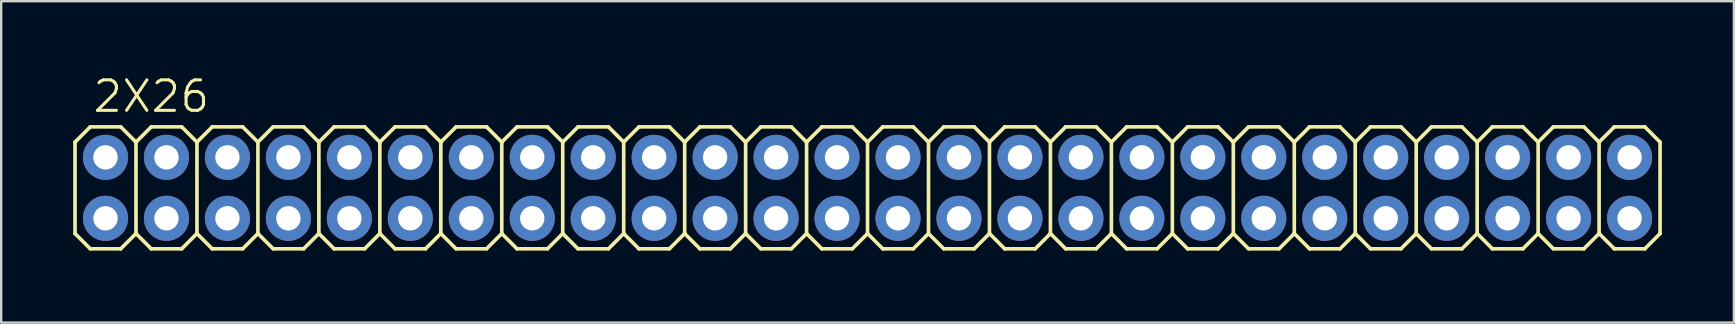
<source format=kicad_pcb>
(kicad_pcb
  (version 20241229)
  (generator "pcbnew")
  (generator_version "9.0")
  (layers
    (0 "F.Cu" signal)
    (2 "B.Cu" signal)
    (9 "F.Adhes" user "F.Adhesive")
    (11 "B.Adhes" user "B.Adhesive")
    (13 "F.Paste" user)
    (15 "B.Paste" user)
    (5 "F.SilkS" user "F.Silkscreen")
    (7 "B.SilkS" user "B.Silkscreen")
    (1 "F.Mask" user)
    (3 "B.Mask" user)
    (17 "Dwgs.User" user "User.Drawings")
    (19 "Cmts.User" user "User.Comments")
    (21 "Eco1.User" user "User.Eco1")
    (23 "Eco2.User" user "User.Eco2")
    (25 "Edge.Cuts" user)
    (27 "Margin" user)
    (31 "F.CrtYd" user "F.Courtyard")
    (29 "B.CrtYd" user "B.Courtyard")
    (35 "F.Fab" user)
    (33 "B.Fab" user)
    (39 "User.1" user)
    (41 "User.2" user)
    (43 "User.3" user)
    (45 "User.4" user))
  (footprint "2X26"
    (layer "F.Cu")
    (at 12.776 4.776)
    (property "Reference" "2X26" (at -9.525 -3.81 0) (layer "F.SilkS") (effects (font (size 1.27 1.27) (thickness 0.127))))
    (attr exclude_from_pos_files exclude_from_bom)
    (fp_line (start -12.7 -1.905) (end -12.065 -2.54) (stroke (width 0.152) (type solid)) (layer "F.SilkS"))
    (fp_line (start -12.7 1.905) (end -12.7 -1.905) (stroke (width 0.152) (type solid)) (layer "F.SilkS"))
    (fp_line (start -12.7 1.905) (end -12.065 2.54) (stroke (width 0.152) (type solid)) (layer "F.SilkS"))
    (fp_line (start -12.065 -2.54) (end -10.795 -2.54) (stroke (width 0.152) (type solid)) (layer "F.SilkS"))
    (fp_line (start -12.065 2.54) (end -10.795 2.54) (stroke (width 0.152) (type solid)) (layer "F.SilkS"))
    (fp_line (start -10.795 -2.54) (end -10.16 -1.905) (stroke (width 0.152) (type solid)) (layer "F.SilkS"))
    (fp_line (start -10.795 2.54) (end -10.16 1.905) (stroke (width 0.152) (type solid)) (layer "F.SilkS"))
    (fp_line (start -10.16 -1.905) (end -10.16 1.905) (stroke (width 0.152) (type solid)) (layer "F.SilkS"))
    (fp_line (start -10.16 -1.905) (end -9.525 -2.54) (stroke (width 0.152) (type solid)) (layer "F.SilkS"))
    (fp_line (start -10.16 1.905) (end -9.525 2.54) (stroke (width 0.152) (type solid)) (layer "F.SilkS"))
    (fp_line (start -9.525 -2.54) (end -8.255 -2.54) (stroke (width 0.152) (type solid)) (layer "F.SilkS"))
    (fp_line (start -9.525 2.54) (end -8.255 2.54) (stroke (width 0.152) (type solid)) (layer "F.SilkS"))
    (fp_line (start -8.255 -2.54) (end -7.62 -1.905) (stroke (width 0.152) (type solid)) (layer "F.SilkS"))
    (fp_line (start -8.255 2.54) (end -7.62 1.905) (stroke (width 0.152) (type solid)) (layer "F.SilkS"))
    (fp_line (start -7.62 -1.905) (end -7.62 1.905) (stroke (width 0.152) (type solid)) (layer "F.SilkS"))
    (fp_line (start -7.62 -1.905) (end -6.985 -2.54) (stroke (width 0.152) (type solid)) (layer "F.SilkS"))
    (fp_line (start -7.62 1.905) (end -6.985 2.54) (stroke (width 0.152) (type solid)) (layer "F.SilkS"))
    (fp_line (start -6.985 -2.54) (end -5.715 -2.54) (stroke (width 0.152) (type solid)) (layer "F.SilkS"))
    (fp_line (start -6.985 2.54) (end -5.715 2.54) (stroke (width 0.152) (type solid)) (layer "F.SilkS"))
    (fp_line (start -5.715 -2.54) (end -5.08 -1.905) (stroke (width 0.152) (type solid)) (layer "F.SilkS"))
    (fp_line (start -5.715 2.54) (end -5.08 1.905) (stroke (width 0.152) (type solid)) (layer "F.SilkS"))
    (fp_line (start -5.08 -1.905) (end -5.08 1.905) (stroke (width 0.152) (type solid)) (layer "F.SilkS"))
    (fp_line (start -5.08 -1.905) (end -4.445 -2.54) (stroke (width 0.152) (type solid)) (layer "F.SilkS"))
    (fp_line (start -5.08 1.905) (end -4.445 2.54) (stroke (width 0.152) (type solid)) (layer "F.SilkS"))
    (fp_line (start -4.445 -2.54) (end -3.175 -2.54) (stroke (width 0.152) (type solid)) (layer "F.SilkS"))
    (fp_line (start -4.445 2.54) (end -3.175 2.54) (stroke (width 0.152) (type solid)) (layer "F.SilkS"))
    (fp_line (start -3.175 -2.54) (end -2.54 -1.905) (stroke (width 0.152) (type solid)) (layer "F.SilkS"))
    (fp_line (start -3.175 2.54) (end -2.54 1.905) (stroke (width 0.152) (type solid)) (layer "F.SilkS"))
    (fp_line (start -2.54 -1.905) (end -2.54 1.905) (stroke (width 0.152) (type solid)) (layer "F.SilkS"))
    (fp_line (start -2.54 -1.905) (end -1.905 -2.54) (stroke (width 0.152) (type solid)) (layer "F.SilkS"))
    (fp_line (start -2.54 1.905) (end -1.905 2.54) (stroke (width 0.152) (type solid)) (layer "F.SilkS"))
    (fp_line (start -1.905 -2.54) (end -0.635 -2.54) (stroke (width 0.152) (type solid)) (layer "F.SilkS"))
    (fp_line (start -1.905 2.54) (end -0.635 2.54) (stroke (width 0.152) (type solid)) (layer "F.SilkS"))
    (fp_line (start -0.635 -2.54) (end 0 -1.905) (stroke (width 0.152) (type solid)) (layer "F.SilkS"))
    (fp_line (start -0.635 2.54) (end 0 1.905) (stroke (width 0.152) (type solid)) (layer "F.SilkS"))
    (fp_line (start 0 -1.905) (end 0 1.905) (stroke (width 0.152) (type solid)) (layer "F.SilkS"))
    (fp_line (start 0 -1.905) (end 0.635 -2.54) (stroke (width 0.152) (type solid)) (layer "F.SilkS"))
    (fp_line (start 0 1.905) (end 0.635 2.54) (stroke (width 0.152) (type solid)) (layer "F.SilkS"))
    (fp_line (start 0.635 -2.54) (end 1.905 -2.54) (stroke (width 0.152) (type solid)) (layer "F.SilkS"))
    (fp_line (start 0.635 2.54) (end 1.905 2.54) (stroke (width 0.152) (type solid)) (layer "F.SilkS"))
    (fp_line (start 1.905 -2.54) (end 2.54 -1.905) (stroke (width 0.152) (type solid)) (layer "F.SilkS"))
    (fp_line (start 1.905 2.54) (end 2.54 1.905) (stroke (width 0.152) (type solid)) (layer "F.SilkS"))
    (fp_line (start 2.54 -1.905) (end 2.54 1.905) (stroke (width 0.152) (type solid)) (layer "F.SilkS"))
    (fp_line (start 2.54 -1.905) (end 3.175 -2.54) (stroke (width 0.152) (type solid)) (layer "F.SilkS"))
    (fp_line (start 2.54 1.905) (end 3.175 2.54) (stroke (width 0.152) (type solid)) (layer "F.SilkS"))
    (fp_line (start 3.175 -2.54) (end 4.445 -2.54) (stroke (width 0.152) (type solid)) (layer "F.SilkS"))
    (fp_line (start 3.175 2.54) (end 4.445 2.54) (stroke (width 0.152) (type solid)) (layer "F.SilkS"))
    (fp_line (start 4.445 -2.54) (end 5.08 -1.905) (stroke (width 0.152) (type solid)) (layer "F.SilkS"))
    (fp_line (start 5.08 -1.905) (end 5.08 1.905) (stroke (width 0.152) (type solid)) (layer "F.SilkS"))
    (fp_line (start 5.08 -1.905) (end 5.715 -2.54) (stroke (width 0.152) (type solid)) (layer "F.SilkS"))
    (fp_line (start 5.08 1.905) (end 4.445 2.54) (stroke (width 0.152) (type solid)) (layer "F.SilkS"))
    (fp_line (start 5.08 1.905) (end 5.715 2.54) (stroke (width 0.152) (type solid)) (layer "F.SilkS"))
    (fp_line (start 5.715 -2.54) (end 6.985 -2.54) (stroke (width 0.152) (type solid)) (layer "F.SilkS"))
    (fp_line (start 5.715 2.54) (end 6.985 2.54) (stroke (width 0.152) (type solid)) (layer "F.SilkS"))
    (fp_line (start 6.985 -2.54) (end 7.62 -1.905) (stroke (width 0.152) (type solid)) (layer "F.SilkS"))
    (fp_line (start 7.62 -1.905) (end 7.62 1.905) (stroke (width 0.152) (type solid)) (layer "F.SilkS"))
    (fp_line (start 7.62 -1.905) (end 8.255 -2.54) (stroke (width 0.152) (type solid)) (layer "F.SilkS"))
    (fp_line (start 7.62 1.905) (end 6.985 2.54) (stroke (width 0.152) (type solid)) (layer "F.SilkS"))
    (fp_line (start 7.62 1.905) (end 8.255 2.54) (stroke (width 0.152) (type solid)) (layer "F.SilkS"))
    (fp_line (start 8.255 -2.54) (end 9.525 -2.54) (stroke (width 0.152) (type solid)) (layer "F.SilkS"))
    (fp_line (start 8.255 2.54) (end 9.525 2.54) (stroke (width 0.152) (type solid)) (layer "F.SilkS"))
    (fp_line (start 9.525 -2.54) (end 10.16 -1.905) (stroke (width 0.152) (type solid)) (layer "F.SilkS"))
    (fp_line (start 10.16 -1.905) (end 10.16 1.905) (stroke (width 0.152) (type solid)) (layer "F.SilkS"))
    (fp_line (start 10.16 -1.905) (end 10.795 -2.54) (stroke (width 0.152) (type solid)) (layer "F.SilkS"))
    (fp_line (start 10.16 1.905) (end 9.525 2.54) (stroke (width 0.152) (type solid)) (layer "F.SilkS"))
    (fp_line (start 10.16 1.905) (end 10.795 2.54) (stroke (width 0.152) (type solid)) (layer "F.SilkS"))
    (fp_line (start 10.795 -2.54) (end 12.065 -2.54) (stroke (width 0.152) (type solid)) (layer "F.SilkS"))
    (fp_line (start 10.795 2.54) (end 12.065 2.54) (stroke (width 0.152) (type solid)) (layer "F.SilkS"))
    (fp_line (start 12.065 -2.54) (end 12.7 -1.905) (stroke (width 0.152) (type solid)) (layer "F.SilkS"))
    (fp_line (start 12.7 -1.905) (end 13.335 -2.54) (stroke (width 0.152) (type solid)) (layer "F.SilkS"))
    (fp_line (start 12.7 1.905) (end 12.065 2.54) (stroke (width 0.152) (type solid)) (layer "F.SilkS"))
    (fp_line (start 12.7 1.905) (end 12.7 -1.905) (stroke (width 0.152) (type solid)) (layer "F.SilkS"))
    (fp_line (start 12.7 1.905) (end 13.335 2.54) (stroke (width 0.152) (type solid)) (layer "F.SilkS"))
    (fp_line (start 13.335 -2.54) (end 14.605 -2.54) (stroke (width 0.152) (type solid)) (layer "F.SilkS"))
    (fp_line (start 13.335 2.54) (end 14.605 2.54) (stroke (width 0.152) (type solid)) (layer "F.SilkS"))
    (fp_line (start 14.605 -2.54) (end 15.24 -1.905) (stroke (width 0.152) (type solid)) (layer "F.SilkS"))
    (fp_line (start 14.605 2.54) (end 15.24 1.905) (stroke (width 0.152) (type solid)) (layer "F.SilkS"))
    (fp_line (start 15.24 -1.905) (end 15.24 1.905) (stroke (width 0.152) (type solid)) (layer "F.SilkS"))
    (fp_line (start 15.24 -1.905) (end 15.875 -2.54) (stroke (width 0.152) (type solid)) (layer "F.SilkS"))
    (fp_line (start 15.24 1.905) (end 15.875 2.54) (stroke (width 0.152) (type solid)) (layer "F.SilkS"))
    (fp_line (start 15.875 -2.54) (end 17.145 -2.54) (stroke (width 0.152) (type solid)) (layer "F.SilkS"))
    (fp_line (start 15.875 2.54) (end 17.145 2.54) (stroke (width 0.152) (type solid)) (layer "F.SilkS"))
    (fp_line (start 17.145 -2.54) (end 17.78 -1.905) (stroke (width 0.152) (type solid)) (layer "F.SilkS"))
    (fp_line (start 17.145 2.54) (end 17.78 1.905) (stroke (width 0.152) (type solid)) (layer "F.SilkS"))
    (fp_line (start 17.78 -1.905) (end 17.78 1.905) (stroke (width 0.152) (type solid)) (layer "F.SilkS"))
    (fp_line (start 17.78 -1.905) (end 18.415 -2.54) (stroke (width 0.152) (type solid)) (layer "F.SilkS"))
    (fp_line (start 17.78 1.905) (end 18.415 2.54) (stroke (width 0.152) (type solid)) (layer "F.SilkS"))
    (fp_line (start 18.415 -2.54) (end 19.685 -2.54) (stroke (width 0.152) (type solid)) (layer "F.SilkS"))
    (fp_line (start 18.415 2.54) (end 19.685 2.54) (stroke (width 0.152) (type solid)) (layer "F.SilkS"))
    (fp_line (start 19.685 -2.54) (end 20.32 -1.905) (stroke (width 0.152) (type solid)) (layer "F.SilkS"))
    (fp_line (start 19.685 2.54) (end 20.32 1.905) (stroke (width 0.152) (type solid)) (layer "F.SilkS"))
    (fp_line (start 20.32 -1.905) (end 20.32 1.905) (stroke (width 0.152) (type solid)) (layer "F.SilkS"))
    (fp_line (start 20.32 -1.905) (end 20.955 -2.54) (stroke (width 0.152) (type solid)) (layer "F.SilkS"))
    (fp_line (start 20.32 1.905) (end 20.955 2.54) (stroke (width 0.152) (type solid)) (layer "F.SilkS"))
    (fp_line (start 20.955 -2.54) (end 22.225 -2.54) (stroke (width 0.152) (type solid)) (layer "F.SilkS"))
    (fp_line (start 20.955 2.54) (end 22.225 2.54) (stroke (width 0.152) (type solid)) (layer "F.SilkS"))
    (fp_line (start 22.225 -2.54) (end 22.86 -1.905) (stroke (width 0.152) (type solid)) (layer "F.SilkS"))
    (fp_line (start 22.225 2.54) (end 22.86 1.905) (stroke (width 0.152) (type solid)) (layer "F.SilkS"))
    (fp_line (start 22.86 -1.905) (end 22.86 1.905) (stroke (width 0.152) (type solid)) (layer "F.SilkS"))
    (fp_line (start 22.86 -1.905) (end 23.495 -2.54) (stroke (width 0.152) (type solid)) (layer "F.SilkS"))
    (fp_line (start 22.86 1.905) (end 23.495 2.54) (stroke (width 0.152) (type solid)) (layer "F.SilkS"))
    (fp_line (start 23.495 -2.54) (end 24.765 -2.54) (stroke (width 0.152) (type solid)) (layer "F.SilkS"))
    (fp_line (start 23.495 2.54) (end 24.765 2.54) (stroke (width 0.152) (type solid)) (layer "F.SilkS"))
    (fp_line (start 24.765 -2.54) (end 25.4 -1.905) (stroke (width 0.152) (type solid)) (layer "F.SilkS"))
    (fp_line (start 24.765 2.54) (end 25.4 1.905) (stroke (width 0.152) (type solid)) (layer "F.SilkS"))
    (fp_line (start 25.4 -1.905) (end 25.4 1.905) (stroke (width 0.152) (type solid)) (layer "F.SilkS"))
    (fp_line (start 25.4 -1.905) (end 26.035 -2.54) (stroke (width 0.152) (type solid)) (layer "F.SilkS"))
    (fp_line (start 25.4 1.905) (end 26.035 2.54) (stroke (width 0.152) (type solid)) (layer "F.SilkS"))
    (fp_line (start 26.035 -2.54) (end 27.305 -2.54) (stroke (width 0.152) (type solid)) (layer "F.SilkS"))
    (fp_line (start 26.035 2.54) (end 27.305 2.54) (stroke (width 0.152) (type solid)) (layer "F.SilkS"))
    (fp_line (start 27.305 -2.54) (end 27.94 -1.905) (stroke (width 0.152) (type solid)) (layer "F.SilkS"))
    (fp_line (start 27.305 2.54) (end 27.94 1.905) (stroke (width 0.152) (type solid)) (layer "F.SilkS"))
    (fp_line (start 27.94 -1.905) (end 27.94 1.905) (stroke (width 0.152) (type solid)) (layer "F.SilkS"))
    (fp_line (start 27.94 -1.905) (end 28.575 -2.54) (stroke (width 0.152) (type solid)) (layer "F.SilkS"))
    (fp_line (start 27.94 1.905) (end 28.575 2.54) (stroke (width 0.152) (type solid)) (layer "F.SilkS"))
    (fp_line (start 28.575 -2.54) (end 29.845 -2.54) (stroke (width 0.152) (type solid)) (layer "F.SilkS"))
    (fp_line (start 28.575 2.54) (end 29.845 2.54) (stroke (width 0.152) (type solid)) (layer "F.SilkS"))
    (fp_line (start 29.845 -2.54) (end 30.48 -1.905) (stroke (width 0.152) (type solid)) (layer "F.SilkS"))
    (fp_line (start 30.48 -1.905) (end 30.48 1.905) (stroke (width 0.152) (type solid)) (layer "F.SilkS"))
    (fp_line (start 30.48 -1.905) (end 31.115 -2.54) (stroke (width 0.152) (type solid)) (layer "F.SilkS"))
    (fp_line (start 30.48 1.905) (end 29.845 2.54) (stroke (width 0.152) (type solid)) (layer "F.SilkS"))
    (fp_line (start 30.48 1.905) (end 31.115 2.54) (stroke (width 0.152) (type solid)) (layer "F.SilkS"))
    (fp_line (start 31.115 -2.54) (end 32.385 -2.54) (stroke (width 0.152) (type solid)) (layer "F.SilkS"))
    (fp_line (start 31.115 2.54) (end 32.385 2.54) (stroke (width 0.152) (type solid)) (layer "F.SilkS"))
    (fp_line (start 32.385 -2.54) (end 33.02 -1.905) (stroke (width 0.152) (type solid)) (layer "F.SilkS"))
    (fp_line (start 33.02 -1.905) (end 33.02 1.905) (stroke (width 0.152) (type solid)) (layer "F.SilkS"))
    (fp_line (start 33.02 -1.905) (end 33.655 -2.54) (stroke (width 0.152) (type solid)) (layer "F.SilkS"))
    (fp_line (start 33.02 1.905) (end 32.385 2.54) (stroke (width 0.152) (type solid)) (layer "F.SilkS"))
    (fp_line (start 33.02 1.905) (end 33.655 2.54) (stroke (width 0.152) (type solid)) (layer "F.SilkS"))
    (fp_line (start 33.655 -2.54) (end 34.925 -2.54) (stroke (width 0.152) (type solid)) (layer "F.SilkS"))
    (fp_line (start 33.655 2.54) (end 34.925 2.54) (stroke (width 0.152) (type solid)) (layer "F.SilkS"))
    (fp_line (start 34.925 -2.54) (end 35.56 -1.905) (stroke (width 0.152) (type solid)) (layer "F.SilkS"))
    (fp_line (start 35.56 -1.905) (end 35.56 1.905) (stroke (width 0.152) (type solid)) (layer "F.SilkS"))
    (fp_line (start 35.56 -1.905) (end 36.195 -2.54) (stroke (width 0.152) (type solid)) (layer "F.SilkS"))
    (fp_line (start 35.56 1.905) (end 34.925 2.54) (stroke (width 0.152) (type solid)) (layer "F.SilkS"))
    (fp_line (start 35.56 1.905) (end 36.195 2.54) (stroke (width 0.152) (type solid)) (layer "F.SilkS"))
    (fp_line (start 36.195 -2.54) (end 37.465 -2.54) (stroke (width 0.152) (type solid)) (layer "F.SilkS"))
    (fp_line (start 36.195 2.54) (end 37.465 2.54) (stroke (width 0.152) (type solid)) (layer "F.SilkS"))
    (fp_line (start 37.465 -2.54) (end 38.1 -1.905) (stroke (width 0.152) (type solid)) (layer "F.SilkS"))
    (fp_line (start 37.465 2.54) (end 38.1 1.905) (stroke (width 0.152) (type solid)) (layer "F.SilkS"))
    (fp_line (start 38.1 -1.905) (end 38.1 1.905) (stroke (width 0.152) (type solid)) (layer "F.SilkS"))
    (fp_line (start 38.1 -1.905) (end 38.735 -2.54) (stroke (width 0.152) (type solid)) (layer "F.SilkS"))
    (fp_line (start 38.1 1.905) (end 38.735 2.54) (stroke (width 0.152) (type solid)) (layer "F.SilkS"))
    (fp_line (start 38.735 -2.54) (end 40.005 -2.54) (stroke (width 0.152) (type solid)) (layer "F.SilkS"))
    (fp_line (start 38.735 2.54) (end 40.005 2.54) (stroke (width 0.152) (type solid)) (layer "F.SilkS"))
    (fp_line (start 40.005 -2.54) (end 40.64 -1.905) (stroke (width 0.152) (type solid)) (layer "F.SilkS"))
    (fp_line (start 40.005 2.54) (end 40.64 1.905) (stroke (width 0.152) (type solid)) (layer "F.SilkS"))
    (fp_line (start 40.64 -1.905) (end 40.64 1.905) (stroke (width 0.152) (type solid)) (layer "F.SilkS"))
    (fp_line (start 40.64 -1.905) (end 41.275 -2.54) (stroke (width 0.152) (type solid)) (layer "F.SilkS"))
    (fp_line (start 40.64 1.905) (end 41.275 2.54) (stroke (width 0.152) (type solid)) (layer "F.SilkS"))
    (fp_line (start 41.275 -2.54) (end 42.545 -2.54) (stroke (width 0.152) (type solid)) (layer "F.SilkS"))
    (fp_line (start 41.275 2.54) (end 42.545 2.54) (stroke (width 0.152) (type solid)) (layer "F.SilkS"))
    (fp_line (start 42.545 -2.54) (end 43.18 -1.905) (stroke (width 0.152) (type solid)) (layer "F.SilkS"))
    (fp_line (start 42.545 2.54) (end 43.18 1.905) (stroke (width 0.152) (type solid)) (layer "F.SilkS"))
    (fp_line (start 43.18 -1.905) (end 43.18 1.905) (stroke (width 0.152) (type solid)) (layer "F.SilkS"))
    (fp_line (start 43.18 -1.905) (end 43.815 -2.54) (stroke (width 0.152) (type solid)) (layer "F.SilkS"))
    (fp_line (start 43.18 1.905) (end 43.815 2.54) (stroke (width 0.152) (type solid)) (layer "F.SilkS"))
    (fp_line (start 43.815 -2.54) (end 45.085 -2.54) (stroke (width 0.152) (type solid)) (layer "F.SilkS"))
    (fp_line (start 43.815 2.54) (end 45.085 2.54) (stroke (width 0.152) (type solid)) (layer "F.SilkS"))
    (fp_line (start 45.085 -2.54) (end 45.72 -1.905) (stroke (width 0.152) (type solid)) (layer "F.SilkS"))
    (fp_line (start 45.72 -1.905) (end 45.72 1.905) (stroke (width 0.152) (type solid)) (layer "F.SilkS"))
    (fp_line (start 45.72 -1.905) (end 46.355 -2.54) (stroke (width 0.152) (type solid)) (layer "F.SilkS"))
    (fp_line (start 45.72 1.905) (end 45.085 2.54) (stroke (width 0.152) (type solid)) (layer "F.SilkS"))
    (fp_line (start 45.72 1.905) (end 46.355 2.54) (stroke (width 0.152) (type solid)) (layer "F.SilkS"))
    (fp_line (start 46.355 -2.54) (end 47.625 -2.54) (stroke (width 0.152) (type solid)) (layer "F.SilkS"))
    (fp_line (start 46.355 2.54) (end 47.625 2.54) (stroke (width 0.152) (type solid)) (layer "F.SilkS"))
    (fp_line (start 47.625 -2.54) (end 48.26 -1.905) (stroke (width 0.152) (type solid)) (layer "F.SilkS"))
    (fp_line (start 48.26 -1.905) (end 48.26 1.905) (stroke (width 0.152) (type solid)) (layer "F.SilkS"))
    (fp_line (start 48.26 -1.905) (end 48.895 -2.54) (stroke (width 0.152) (type solid)) (layer "F.SilkS"))
    (fp_line (start 48.26 1.905) (end 47.625 2.54) (stroke (width 0.152) (type solid)) (layer "F.SilkS"))
    (fp_line (start 48.26 1.905) (end 48.895 2.54) (stroke (width 0.152) (type solid)) (layer "F.SilkS"))
    (fp_line (start 48.895 -2.54) (end 50.165 -2.54) (stroke (width 0.152) (type solid)) (layer "F.SilkS"))
    (fp_line (start 48.895 2.54) (end 50.165 2.54) (stroke (width 0.152) (type solid)) (layer "F.SilkS"))
    (fp_line (start 50.165 -2.54) (end 50.8 -1.905) (stroke (width 0.152) (type solid)) (layer "F.SilkS"))
    (fp_line (start 50.8 -1.905) (end 50.8 1.905) (stroke (width 0.152) (type solid)) (layer "F.SilkS"))
    (fp_line (start 50.8 -1.905) (end 51.435 -2.54) (stroke (width 0.152) (type solid)) (layer "F.SilkS"))
    (fp_line (start 50.8 1.905) (end 50.165 2.54) (stroke (width 0.152) (type solid)) (layer "F.SilkS"))
    (fp_line (start 50.8 1.905) (end 51.435 2.54) (stroke (width 0.152) (type solid)) (layer "F.SilkS"))
    (fp_line (start 51.435 -2.54) (end 52.705 -2.54) (stroke (width 0.152) (type solid)) (layer "F.SilkS"))
    (fp_line (start 51.435 2.54) (end 52.705 2.54) (stroke (width 0.152) (type solid)) (layer "F.SilkS"))
    (fp_line (start 52.705 -2.54) (end 53.34 -1.905) (stroke (width 0.152) (type solid)) (layer "F.SilkS"))
    (fp_line (start 53.34 -1.905) (end 53.34 1.905) (stroke (width 0.152) (type solid)) (layer "F.SilkS"))
    (fp_line (start 53.34 1.905) (end 52.705 2.54) (stroke (width 0.152) (type solid)) (layer "F.SilkS"))
    (fp_line (start -11.684 -1.524) (end -11.176 -1.524) (stroke (width 0.066) (type solid)) (layer "Dwgs.User"))
    (fp_line (start -11.684 -1.016) (end -11.684 -1.524) (stroke (width 0.066) (type solid)) (layer "Dwgs.User"))
    (fp_line (start -11.684 -1.016) (end -11.176 -1.016) (stroke (width 0.066) (type solid)) (layer "Dwgs.User"))
    (fp_line (start -11.684 1.016) (end -11.176 1.016) (stroke (width 0.066) (type solid)) (layer "Dwgs.User"))
    (fp_line (start -11.684 1.524) (end -11.684 1.016) (stroke (width 0.066) (type solid)) (layer "Dwgs.User"))
    (fp_line (start -11.684 1.524) (end -11.176 1.524) (stroke (width 0.066) (type solid)) (layer "Dwgs.User"))
    (fp_line (start -11.176 -1.016) (end -11.176 -1.524) (stroke (width 0.066) (type solid)) (layer "Dwgs.User"))
    (fp_line (start -11.176 1.524) (end -11.176 1.016) (stroke (width 0.066) (type solid)) (layer "Dwgs.User"))
    (fp_line (start -9.144 -1.524) (end -8.636 -1.524) (stroke (width 0.066) (type solid)) (layer "Dwgs.User"))
    (fp_line (start -9.144 -1.016) (end -9.144 -1.524) (stroke (width 0.066) (type solid)) (layer "Dwgs.User"))
    (fp_line (start -9.144 -1.016) (end -8.636 -1.016) (stroke (width 0.066) (type solid)) (layer "Dwgs.User"))
    (fp_line (start -9.144 1.016) (end -8.636 1.016) (stroke (width 0.066) (type solid)) (layer "Dwgs.User"))
    (fp_line (start -9.144 1.524) (end -9.144 1.016) (stroke (width 0.066) (type solid)) (layer "Dwgs.User"))
    (fp_line (start -9.144 1.524) (end -8.636 1.524) (stroke (width 0.066) (type solid)) (layer "Dwgs.User"))
    (fp_line (start -8.636 -1.016) (end -8.636 -1.524) (stroke (width 0.066) (type solid)) (layer "Dwgs.User"))
    (fp_line (start -8.636 1.524) (end -8.636 1.016) (stroke (width 0.066) (type solid)) (layer "Dwgs.User"))
    (fp_line (start -6.604 -1.524) (end -6.096 -1.524) (stroke (width 0.066) (type solid)) (layer "Dwgs.User"))
    (fp_line (start -6.604 -1.016) (end -6.604 -1.524) (stroke (width 0.066) (type solid)) (layer "Dwgs.User"))
    (fp_line (start -6.604 -1.016) (end -6.096 -1.016) (stroke (width 0.066) (type solid)) (layer "Dwgs.User"))
    (fp_line (start -6.604 1.016) (end -6.096 1.016) (stroke (width 0.066) (type solid)) (layer "Dwgs.User"))
    (fp_line (start -6.604 1.524) (end -6.604 1.016) (stroke (width 0.066) (type solid)) (layer "Dwgs.User"))
    (fp_line (start -6.604 1.524) (end -6.096 1.524) (stroke (width 0.066) (type solid)) (layer "Dwgs.User"))
    (fp_line (start -6.096 -1.016) (end -6.096 -1.524) (stroke (width 0.066) (type solid)) (layer "Dwgs.User"))
    (fp_line (start -6.096 1.524) (end -6.096 1.016) (stroke (width 0.066) (type solid)) (layer "Dwgs.User"))
    (fp_line (start -4.064 -1.524) (end -3.556 -1.524) (stroke (width 0.066) (type solid)) (layer "Dwgs.User"))
    (fp_line (start -4.064 -1.016) (end -4.064 -1.524) (stroke (width 0.066) (type solid)) (layer "Dwgs.User"))
    (fp_line (start -4.064 -1.016) (end -3.556 -1.016) (stroke (width 0.066) (type solid)) (layer "Dwgs.User"))
    (fp_line (start -4.064 1.016) (end -3.556 1.016) (stroke (width 0.066) (type solid)) (layer "Dwgs.User"))
    (fp_line (start -4.064 1.524) (end -4.064 1.016) (stroke (width 0.066) (type solid)) (layer "Dwgs.User"))
    (fp_line (start -4.064 1.524) (end -3.556 1.524) (stroke (width 0.066) (type solid)) (layer "Dwgs.User"))
    (fp_line (start -3.556 -1.016) (end -3.556 -1.524) (stroke (width 0.066) (type solid)) (layer "Dwgs.User"))
    (fp_line (start -3.556 1.524) (end -3.556 1.016) (stroke (width 0.066) (type solid)) (layer "Dwgs.User"))
    (fp_line (start -1.524 -1.524) (end -1.016 -1.524) (stroke (width 0.066) (type solid)) (layer "Dwgs.User"))
    (fp_line (start -1.524 -1.016) (end -1.524 -1.524) (stroke (width 0.066) (type solid)) (layer "Dwgs.User"))
    (fp_line (start -1.524 -1.016) (end -1.016 -1.016) (stroke (width 0.066) (type solid)) (layer "Dwgs.User"))
    (fp_line (start -1.524 1.016) (end -1.016 1.016) (stroke (width 0.066) (type solid)) (layer "Dwgs.User"))
    (fp_line (start -1.524 1.524) (end -1.524 1.016) (stroke (width 0.066) (type solid)) (layer "Dwgs.User"))
    (fp_line (start -1.524 1.524) (end -1.016 1.524) (stroke (width 0.066) (type solid)) (layer "Dwgs.User"))
    (fp_line (start -1.016 -1.016) (end -1.016 -1.524) (stroke (width 0.066) (type solid)) (layer "Dwgs.User"))
    (fp_line (start -1.016 1.524) (end -1.016 1.016) (stroke (width 0.066) (type solid)) (layer "Dwgs.User"))
    (fp_line (start 1.016 -1.524) (end 1.524 -1.524) (stroke (width 0.066) (type solid)) (layer "Dwgs.User"))
    (fp_line (start 1.016 -1.016) (end 1.016 -1.524) (stroke (width 0.066) (type solid)) (layer "Dwgs.User"))
    (fp_line (start 1.016 -1.016) (end 1.524 -1.016) (stroke (width 0.066) (type solid)) (layer "Dwgs.User"))
    (fp_line (start 1.016 1.016) (end 1.524 1.016) (stroke (width 0.066) (type solid)) (layer "Dwgs.User"))
    (fp_line (start 1.016 1.524) (end 1.016 1.016) (stroke (width 0.066) (type solid)) (layer "Dwgs.User"))
    (fp_line (start 1.016 1.524) (end 1.524 1.524) (stroke (width 0.066) (type solid)) (layer "Dwgs.User"))
    (fp_line (start 1.524 -1.016) (end 1.524 -1.524) (stroke (width 0.066) (type solid)) (layer "Dwgs.User"))
    (fp_line (start 1.524 1.524) (end 1.524 1.016) (stroke (width 0.066) (type solid)) (layer "Dwgs.User"))
    (fp_line (start 3.556 -1.524) (end 4.064 -1.524) (stroke (width 0.066) (type solid)) (layer "Dwgs.User"))
    (fp_line (start 3.556 -1.016) (end 3.556 -1.524) (stroke (width 0.066) (type solid)) (layer "Dwgs.User"))
    (fp_line (start 3.556 -1.016) (end 4.064 -1.016) (stroke (width 0.066) (type solid)) (layer "Dwgs.User"))
    (fp_line (start 3.556 1.016) (end 4.064 1.016) (stroke (width 0.066) (type solid)) (layer "Dwgs.User"))
    (fp_line (start 3.556 1.524) (end 3.556 1.016) (stroke (width 0.066) (type solid)) (layer "Dwgs.User"))
    (fp_line (start 3.556 1.524) (end 4.064 1.524) (stroke (width 0.066) (type solid)) (layer "Dwgs.User"))
    (fp_line (start 4.064 -1.016) (end 4.064 -1.524) (stroke (width 0.066) (type solid)) (layer "Dwgs.User"))
    (fp_line (start 4.064 1.524) (end 4.064 1.016) (stroke (width 0.066) (type solid)) (layer "Dwgs.User"))
    (fp_line (start 6.096 -1.524) (end 6.604 -1.524) (stroke (width 0.066) (type solid)) (layer "Dwgs.User"))
    (fp_line (start 6.096 -1.016) (end 6.096 -1.524) (stroke (width 0.066) (type solid)) (layer "Dwgs.User"))
    (fp_line (start 6.096 -1.016) (end 6.604 -1.016) (stroke (width 0.066) (type solid)) (layer "Dwgs.User"))
    (fp_line (start 6.096 1.016) (end 6.604 1.016) (stroke (width 0.066) (type solid)) (layer "Dwgs.User"))
    (fp_line (start 6.096 1.524) (end 6.096 1.016) (stroke (width 0.066) (type solid)) (layer "Dwgs.User"))
    (fp_line (start 6.096 1.524) (end 6.604 1.524) (stroke (width 0.066) (type solid)) (layer "Dwgs.User"))
    (fp_line (start 6.604 -1.016) (end 6.604 -1.524) (stroke (width 0.066) (type solid)) (layer "Dwgs.User"))
    (fp_line (start 6.604 1.524) (end 6.604 1.016) (stroke (width 0.066) (type solid)) (layer "Dwgs.User"))
    (fp_line (start 8.636 -1.524) (end 9.144 -1.524) (stroke (width 0.066) (type solid)) (layer "Dwgs.User"))
    (fp_line (start 8.636 -1.016) (end 8.636 -1.524) (stroke (width 0.066) (type solid)) (layer "Dwgs.User"))
    (fp_line (start 8.636 -1.016) (end 9.144 -1.016) (stroke (width 0.066) (type solid)) (layer "Dwgs.User"))
    (fp_line (start 8.636 1.016) (end 9.144 1.016) (stroke (width 0.066) (type solid)) (layer "Dwgs.User"))
    (fp_line (start 8.636 1.524) (end 8.636 1.016) (stroke (width 0.066) (type solid)) (layer "Dwgs.User"))
    (fp_line (start 8.636 1.524) (end 9.144 1.524) (stroke (width 0.066) (type solid)) (layer "Dwgs.User"))
    (fp_line (start 9.144 -1.016) (end 9.144 -1.524) (stroke (width 0.066) (type solid)) (layer "Dwgs.User"))
    (fp_line (start 9.144 1.524) (end 9.144 1.016) (stroke (width 0.066) (type solid)) (layer "Dwgs.User"))
    (fp_line (start 11.176 -1.524) (end 11.684 -1.524) (stroke (width 0.066) (type solid)) (layer "Dwgs.User"))
    (fp_line (start 11.176 -1.016) (end 11.176 -1.524) (stroke (width 0.066) (type solid)) (layer "Dwgs.User"))
    (fp_line (start 11.176 -1.016) (end 11.684 -1.016) (stroke (width 0.066) (type solid)) (layer "Dwgs.User"))
    (fp_line (start 11.176 1.016) (end 11.684 1.016) (stroke (width 0.066) (type solid)) (layer "Dwgs.User"))
    (fp_line (start 11.176 1.524) (end 11.176 1.016) (stroke (width 0.066) (type solid)) (layer "Dwgs.User"))
    (fp_line (start 11.176 1.524) (end 11.684 1.524) (stroke (width 0.066) (type solid)) (layer "Dwgs.User"))
    (fp_line (start 11.684 -1.016) (end 11.684 -1.524) (stroke (width 0.066) (type solid)) (layer "Dwgs.User"))
    (fp_line (start 11.684 1.524) (end 11.684 1.016) (stroke (width 0.066) (type solid)) (layer "Dwgs.User"))
    (fp_line (start 13.716 -1.524) (end 14.224 -1.524) (stroke (width 0.066) (type solid)) (layer "Dwgs.User"))
    (fp_line (start 13.716 -1.016) (end 13.716 -1.524) (stroke (width 0.066) (type solid)) (layer "Dwgs.User"))
    (fp_line (start 13.716 -1.016) (end 14.224 -1.016) (stroke (width 0.066) (type solid)) (layer "Dwgs.User"))
    (fp_line (start 13.716 1.016) (end 14.224 1.016) (stroke (width 0.066) (type solid)) (layer "Dwgs.User"))
    (fp_line (start 13.716 1.524) (end 13.716 1.016) (stroke (width 0.066) (type solid)) (layer "Dwgs.User"))
    (fp_line (start 13.716 1.524) (end 14.224 1.524) (stroke (width 0.066) (type solid)) (layer "Dwgs.User"))
    (fp_line (start 14.224 -1.016) (end 14.224 -1.524) (stroke (width 0.066) (type solid)) (layer "Dwgs.User"))
    (fp_line (start 14.224 1.524) (end 14.224 1.016) (stroke (width 0.066) (type solid)) (layer "Dwgs.User"))
    (fp_line (start 16.256 -1.524) (end 16.764 -1.524) (stroke (width 0.066) (type solid)) (layer "Dwgs.User"))
    (fp_line (start 16.256 -1.016) (end 16.256 -1.524) (stroke (width 0.066) (type solid)) (layer "Dwgs.User"))
    (fp_line (start 16.256 -1.016) (end 16.764 -1.016) (stroke (width 0.066) (type solid)) (layer "Dwgs.User"))
    (fp_line (start 16.256 1.016) (end 16.764 1.016) (stroke (width 0.066) (type solid)) (layer "Dwgs.User"))
    (fp_line (start 16.256 1.524) (end 16.256 1.016) (stroke (width 0.066) (type solid)) (layer "Dwgs.User"))
    (fp_line (start 16.256 1.524) (end 16.764 1.524) (stroke (width 0.066) (type solid)) (layer "Dwgs.User"))
    (fp_line (start 16.764 -1.016) (end 16.764 -1.524) (stroke (width 0.066) (type solid)) (layer "Dwgs.User"))
    (fp_line (start 16.764 1.524) (end 16.764 1.016) (stroke (width 0.066) (type solid)) (layer "Dwgs.User"))
    (fp_line (start 18.796 -1.524) (end 19.304 -1.524) (stroke (width 0.066) (type solid)) (layer "Dwgs.User"))
    (fp_line (start 18.796 -1.016) (end 18.796 -1.524) (stroke (width 0.066) (type solid)) (layer "Dwgs.User"))
    (fp_line (start 18.796 -1.016) (end 19.304 -1.016) (stroke (width 0.066) (type solid)) (layer "Dwgs.User"))
    (fp_line (start 18.796 1.016) (end 19.304 1.016) (stroke (width 0.066) (type solid)) (layer "Dwgs.User"))
    (fp_line (start 18.796 1.524) (end 18.796 1.016) (stroke (width 0.066) (type solid)) (layer "Dwgs.User"))
    (fp_line (start 18.796 1.524) (end 19.304 1.524) (stroke (width 0.066) (type solid)) (layer "Dwgs.User"))
    (fp_line (start 19.304 -1.016) (end 19.304 -1.524) (stroke (width 0.066) (type solid)) (layer "Dwgs.User"))
    (fp_line (start 19.304 1.524) (end 19.304 1.016) (stroke (width 0.066) (type solid)) (layer "Dwgs.User"))
    (fp_line (start 21.336 -1.524) (end 21.844 -1.524) (stroke (width 0.066) (type solid)) (layer "Dwgs.User"))
    (fp_line (start 21.336 -1.016) (end 21.336 -1.524) (stroke (width 0.066) (type solid)) (layer "Dwgs.User"))
    (fp_line (start 21.336 -1.016) (end 21.844 -1.016) (stroke (width 0.066) (type solid)) (layer "Dwgs.User"))
    (fp_line (start 21.336 1.016) (end 21.844 1.016) (stroke (width 0.066) (type solid)) (layer "Dwgs.User"))
    (fp_line (start 21.336 1.524) (end 21.336 1.016) (stroke (width 0.066) (type solid)) (layer "Dwgs.User"))
    (fp_line (start 21.336 1.524) (end 21.844 1.524) (stroke (width 0.066) (type solid)) (layer "Dwgs.User"))
    (fp_line (start 21.844 -1.016) (end 21.844 -1.524) (stroke (width 0.066) (type solid)) (layer "Dwgs.User"))
    (fp_line (start 21.844 1.524) (end 21.844 1.016) (stroke (width 0.066) (type solid)) (layer "Dwgs.User"))
    (fp_line (start 23.876 -1.524) (end 24.384 -1.524) (stroke (width 0.066) (type solid)) (layer "Dwgs.User"))
    (fp_line (start 23.876 -1.016) (end 23.876 -1.524) (stroke (width 0.066) (type solid)) (layer "Dwgs.User"))
    (fp_line (start 23.876 -1.016) (end 24.384 -1.016) (stroke (width 0.066) (type solid)) (layer "Dwgs.User"))
    (fp_line (start 23.876 1.016) (end 24.384 1.016) (stroke (width 0.066) (type solid)) (layer "Dwgs.User"))
    (fp_line (start 23.876 1.524) (end 23.876 1.016) (stroke (width 0.066) (type solid)) (layer "Dwgs.User"))
    (fp_line (start 23.876 1.524) (end 24.384 1.524) (stroke (width 0.066) (type solid)) (layer "Dwgs.User"))
    (fp_line (start 24.384 -1.016) (end 24.384 -1.524) (stroke (width 0.066) (type solid)) (layer "Dwgs.User"))
    (fp_line (start 24.384 1.524) (end 24.384 1.016) (stroke (width 0.066) (type solid)) (layer "Dwgs.User"))
    (fp_line (start 26.416 -1.524) (end 26.924 -1.524) (stroke (width 0.066) (type solid)) (layer "Dwgs.User"))
    (fp_line (start 26.416 -1.016) (end 26.416 -1.524) (stroke (width 0.066) (type solid)) (layer "Dwgs.User"))
    (fp_line (start 26.416 -1.016) (end 26.924 -1.016) (stroke (width 0.066) (type solid)) (layer "Dwgs.User"))
    (fp_line (start 26.416 1.016) (end 26.924 1.016) (stroke (width 0.066) (type solid)) (layer "Dwgs.User"))
    (fp_line (start 26.416 1.524) (end 26.416 1.016) (stroke (width 0.066) (type solid)) (layer "Dwgs.User"))
    (fp_line (start 26.416 1.524) (end 26.924 1.524) (stroke (width 0.066) (type solid)) (layer "Dwgs.User"))
    (fp_line (start 26.924 -1.016) (end 26.924 -1.524) (stroke (width 0.066) (type solid)) (layer "Dwgs.User"))
    (fp_line (start 26.924 1.524) (end 26.924 1.016) (stroke (width 0.066) (type solid)) (layer "Dwgs.User"))
    (fp_line (start 28.953 -1.524) (end 29.464 -1.524) (stroke (width 0.066) (type solid)) (layer "Dwgs.User"))
    (fp_line (start 28.953 -1.016) (end 28.953 -1.524) (stroke (width 0.066) (type solid)) (layer "Dwgs.User"))
    (fp_line (start 28.953 -1.016) (end 29.464 -1.016) (stroke (width 0.066) (type solid)) (layer "Dwgs.User"))
    (fp_line (start 28.953 1.016) (end 29.464 1.016) (stroke (width 0.066) (type solid)) (layer "Dwgs.User"))
    (fp_line (start 28.953 1.524) (end 28.953 1.016) (stroke (width 0.066) (type solid)) (layer "Dwgs.User"))
    (fp_line (start 28.953 1.524) (end 29.464 1.524) (stroke (width 0.066) (type solid)) (layer "Dwgs.User"))
    (fp_line (start 29.464 -1.016) (end 29.464 -1.524) (stroke (width 0.066) (type solid)) (layer "Dwgs.User"))
    (fp_line (start 29.464 1.524) (end 29.464 1.016) (stroke (width 0.066) (type solid)) (layer "Dwgs.User"))
    (fp_line (start 31.496 -1.524) (end 32.004 -1.524) (stroke (width 0.066) (type solid)) (layer "Dwgs.User"))
    (fp_line (start 31.496 -1.016) (end 31.496 -1.524) (stroke (width 0.066) (type solid)) (layer "Dwgs.User"))
    (fp_line (start 31.496 -1.016) (end 32.004 -1.016) (stroke (width 0.066) (type solid)) (layer "Dwgs.User"))
    (fp_line (start 31.496 1.016) (end 32.004 1.016) (stroke (width 0.066) (type solid)) (layer "Dwgs.User"))
    (fp_line (start 31.496 1.524) (end 31.496 1.016) (stroke (width 0.066) (type solid)) (layer "Dwgs.User"))
    (fp_line (start 31.496 1.524) (end 32.004 1.524) (stroke (width 0.066) (type solid)) (layer "Dwgs.User"))
    (fp_line (start 32.004 -1.016) (end 32.004 -1.524) (stroke (width 0.066) (type solid)) (layer "Dwgs.User"))
    (fp_line (start 32.004 1.524) (end 32.004 1.016) (stroke (width 0.066) (type solid)) (layer "Dwgs.User"))
    (fp_line (start 34.036 -1.524) (end 34.544 -1.524) (stroke (width 0.066) (type solid)) (layer "Dwgs.User"))
    (fp_line (start 34.036 -1.016) (end 34.036 -1.524) (stroke (width 0.066) (type solid)) (layer "Dwgs.User"))
    (fp_line (start 34.036 -1.016) (end 34.544 -1.016) (stroke (width 0.066) (type solid)) (layer "Dwgs.User"))
    (fp_line (start 34.036 1.016) (end 34.544 1.016) (stroke (width 0.066) (type solid)) (layer "Dwgs.User"))
    (fp_line (start 34.036 1.524) (end 34.036 1.016) (stroke (width 0.066) (type solid)) (layer "Dwgs.User"))
    (fp_line (start 34.036 1.524) (end 34.544 1.524) (stroke (width 0.066) (type solid)) (layer "Dwgs.User"))
    (fp_line (start 34.544 -1.016) (end 34.544 -1.524) (stroke (width 0.066) (type solid)) (layer "Dwgs.User"))
    (fp_line (start 34.544 1.524) (end 34.544 1.016) (stroke (width 0.066) (type solid)) (layer "Dwgs.User"))
    (fp_line (start 36.576 -1.524) (end 37.084 -1.524) (stroke (width 0.066) (type solid)) (layer "Dwgs.User"))
    (fp_line (start 36.576 -1.016) (end 36.576 -1.524) (stroke (width 0.066) (type solid)) (layer "Dwgs.User"))
    (fp_line (start 36.576 -1.016) (end 37.084 -1.016) (stroke (width 0.066) (type solid)) (layer "Dwgs.User"))
    (fp_line (start 36.576 1.016) (end 37.084 1.016) (stroke (width 0.066) (type solid)) (layer "Dwgs.User"))
    (fp_line (start 36.576 1.524) (end 36.576 1.016) (stroke (width 0.066) (type solid)) (layer "Dwgs.User"))
    (fp_line (start 36.576 1.524) (end 37.084 1.524) (stroke (width 0.066) (type solid)) (layer "Dwgs.User"))
    (fp_line (start 37.084 -1.016) (end 37.084 -1.524) (stroke (width 0.066) (type solid)) (layer "Dwgs.User"))
    (fp_line (start 37.084 1.524) (end 37.084 1.016) (stroke (width 0.066) (type solid)) (layer "Dwgs.User"))
    (fp_line (start 39.116 -1.524) (end 39.624 -1.524) (stroke (width 0.066) (type solid)) (layer "Dwgs.User"))
    (fp_line (start 39.116 -1.016) (end 39.116 -1.524) (stroke (width 0.066) (type solid)) (layer "Dwgs.User"))
    (fp_line (start 39.116 -1.016) (end 39.624 -1.016) (stroke (width 0.066) (type solid)) (layer "Dwgs.User"))
    (fp_line (start 39.116 1.016) (end 39.624 1.016) (stroke (width 0.066) (type solid)) (layer "Dwgs.User"))
    (fp_line (start 39.116 1.524) (end 39.116 1.016) (stroke (width 0.066) (type solid)) (layer "Dwgs.User"))
    (fp_line (start 39.116 1.524) (end 39.624 1.524) (stroke (width 0.066) (type solid)) (layer "Dwgs.User"))
    (fp_line (start 39.624 -1.016) (end 39.624 -1.524) (stroke (width 0.066) (type solid)) (layer "Dwgs.User"))
    (fp_line (start 39.624 1.524) (end 39.624 1.016) (stroke (width 0.066) (type solid)) (layer "Dwgs.User"))
    (fp_line (start 41.656 -1.524) (end 42.164 -1.524) (stroke (width 0.066) (type solid)) (layer "Dwgs.User"))
    (fp_line (start 41.656 -1.016) (end 41.656 -1.524) (stroke (width 0.066) (type solid)) (layer "Dwgs.User"))
    (fp_line (start 41.656 -1.016) (end 42.164 -1.016) (stroke (width 0.066) (type solid)) (layer "Dwgs.User"))
    (fp_line (start 41.656 1.016) (end 42.164 1.016) (stroke (width 0.066) (type solid)) (layer "Dwgs.User"))
    (fp_line (start 41.656 1.524) (end 41.656 1.016) (stroke (width 0.066) (type solid)) (layer "Dwgs.User"))
    (fp_line (start 41.656 1.524) (end 42.164 1.524) (stroke (width 0.066) (type solid)) (layer "Dwgs.User"))
    (fp_line (start 42.164 -1.016) (end 42.164 -1.524) (stroke (width 0.066) (type solid)) (layer "Dwgs.User"))
    (fp_line (start 42.164 1.524) (end 42.164 1.016) (stroke (width 0.066) (type solid)) (layer "Dwgs.User"))
    (fp_line (start 44.196 -1.524) (end 44.704 -1.524) (stroke (width 0.066) (type solid)) (layer "Dwgs.User"))
    (fp_line (start 44.196 -1.016) (end 44.196 -1.524) (stroke (width 0.066) (type solid)) (layer "Dwgs.User"))
    (fp_line (start 44.196 -1.016) (end 44.704 -1.016) (stroke (width 0.066) (type solid)) (layer "Dwgs.User"))
    (fp_line (start 44.196 1.016) (end 44.704 1.016) (stroke (width 0.066) (type solid)) (layer "Dwgs.User"))
    (fp_line (start 44.196 1.524) (end 44.196 1.016) (stroke (width 0.066) (type solid)) (layer "Dwgs.User"))
    (fp_line (start 44.196 1.524) (end 44.704 1.524) (stroke (width 0.066) (type solid)) (layer "Dwgs.User"))
    (fp_line (start 44.704 -1.016) (end 44.704 -1.524) (stroke (width 0.066) (type solid)) (layer "Dwgs.User"))
    (fp_line (start 44.704 1.524) (end 44.704 1.016) (stroke (width 0.066) (type solid)) (layer "Dwgs.User"))
    (fp_line (start 46.736 -1.524) (end 47.244 -1.524) (stroke (width 0.066) (type solid)) (layer "Dwgs.User"))
    (fp_line (start 46.736 -1.016) (end 46.736 -1.524) (stroke (width 0.066) (type solid)) (layer "Dwgs.User"))
    (fp_line (start 46.736 -1.016) (end 47.244 -1.016) (stroke (width 0.066) (type solid)) (layer "Dwgs.User"))
    (fp_line (start 46.736 1.016) (end 47.244 1.016) (stroke (width 0.066) (type solid)) (layer "Dwgs.User"))
    (fp_line (start 46.736 1.524) (end 46.736 1.016) (stroke (width 0.066) (type solid)) (layer "Dwgs.User"))
    (fp_line (start 46.736 1.524) (end 47.244 1.524) (stroke (width 0.066) (type solid)) (layer "Dwgs.User"))
    (fp_line (start 47.244 -1.016) (end 47.244 -1.524) (stroke (width 0.066) (type solid)) (layer "Dwgs.User"))
    (fp_line (start 47.244 1.524) (end 47.244 1.016) (stroke (width 0.066) (type solid)) (layer "Dwgs.User"))
    (fp_line (start 49.276 -1.524) (end 49.784 -1.524) (stroke (width 0.066) (type solid)) (layer "Dwgs.User"))
    (fp_line (start 49.276 -1.016) (end 49.276 -1.524) (stroke (width 0.066) (type solid)) (layer "Dwgs.User"))
    (fp_line (start 49.276 -1.016) (end 49.784 -1.016) (stroke (width 0.066) (type solid)) (layer "Dwgs.User"))
    (fp_line (start 49.276 1.016) (end 49.784 1.016) (stroke (width 0.066) (type solid)) (layer "Dwgs.User"))
    (fp_line (start 49.276 1.524) (end 49.276 1.016) (stroke (width 0.066) (type solid)) (layer "Dwgs.User"))
    (fp_line (start 49.276 1.524) (end 49.784 1.524) (stroke (width 0.066) (type solid)) (layer "Dwgs.User"))
    (fp_line (start 49.784 -1.016) (end 49.784 -1.524) (stroke (width 0.066) (type solid)) (layer "Dwgs.User"))
    (fp_line (start 49.784 1.524) (end 49.784 1.016) (stroke (width 0.066) (type solid)) (layer "Dwgs.User"))
    (fp_line (start 51.816 -1.524) (end 52.324 -1.524) (stroke (width 0.066) (type solid)) (layer "Dwgs.User"))
    (fp_line (start 51.816 -1.016) (end 51.816 -1.524) (stroke (width 0.066) (type solid)) (layer "Dwgs.User"))
    (fp_line (start 51.816 -1.016) (end 52.324 -1.016) (stroke (width 0.066) (type solid)) (layer "Dwgs.User"))
    (fp_line (start 51.816 1.016) (end 52.324 1.016) (stroke (width 0.066) (type solid)) (layer "Dwgs.User"))
    (fp_line (start 51.816 1.524) (end 51.816 1.016) (stroke (width 0.066) (type solid)) (layer "Dwgs.User"))
    (fp_line (start 51.816 1.524) (end 52.324 1.524) (stroke (width 0.066) (type solid)) (layer "Dwgs.User"))
    (fp_line (start 52.324 -1.016) (end 52.324 -1.524) (stroke (width 0.066) (type solid)) (layer "Dwgs.User"))
    (fp_line (start 52.324 1.524) (end 52.324 1.016) (stroke (width 0.066) (type solid)) (layer "Dwgs.User"))
    (pad "1" thru_hole circle (at -11.43 1.27) (size 1.88 1.88) (drill 1.016) (layers "*.Cu" "*.Paste" "*.Mask"))
    (pad "2" thru_hole circle (at -11.43 -1.27) (size 1.88 1.88) (drill 1.016) (layers "*.Cu" "*.Paste" "*.Mask"))
    (pad "3" thru_hole circle (at -8.89 1.27) (size 1.88 1.88) (drill 1.016) (layers "*.Cu" "*.Paste" "*.Mask"))
    (pad "4" thru_hole circle (at -8.89 -1.27) (size 1.88 1.88) (drill 1.016) (layers "*.Cu" "*.Paste" "*.Mask"))
    (pad "5" thru_hole circle (at -6.35 1.27) (size 1.88 1.88) (drill 1.016) (layers "*.Cu" "*.Paste" "*.Mask"))
    (pad "6" thru_hole circle (at -6.35 -1.27) (size 1.88 1.88) (drill 1.016) (layers "*.Cu" "*.Paste" "*.Mask"))
    (pad "7" thru_hole circle (at -3.81 1.27) (size 1.88 1.88) (drill 1.016) (layers "*.Cu" "*.Paste" "*.Mask"))
    (pad "8" thru_hole circle (at -3.81 -1.27) (size 1.88 1.88) (drill 1.016) (layers "*.Cu" "*.Paste" "*.Mask"))
    (pad "9" thru_hole circle (at -1.27 1.27) (size 1.88 1.88) (drill 1.016) (layers "*.Cu" "*.Paste" "*.Mask"))
    (pad "10" thru_hole circle (at -1.27 -1.27) (size 1.88 1.88) (drill 1.016) (layers "*.Cu" "*.Paste" "*.Mask"))
    (pad "11" thru_hole circle (at 1.27 1.27) (size 1.88 1.88) (drill 1.016) (layers "*.Cu" "*.Paste" "*.Mask"))
    (pad "12" thru_hole circle (at 1.27 -1.27) (size 1.88 1.88) (drill 1.016) (layers "*.Cu" "*.Paste" "*.Mask"))
    (pad "13" thru_hole circle (at 3.81 1.27) (size 1.88 1.88) (drill 1.016) (layers "*.Cu" "*.Paste" "*.Mask"))
    (pad "14" thru_hole circle (at 3.81 -1.27) (size 1.88 1.88) (drill 1.016) (layers "*.Cu" "*.Paste" "*.Mask"))
    (pad "15" thru_hole circle (at 6.35 1.27) (size 1.88 1.88) (drill 1.016) (layers "*.Cu" "*.Paste" "*.Mask"))
    (pad "16" thru_hole circle (at 6.35 -1.27) (size 1.88 1.88) (drill 1.016) (layers "*.Cu" "*.Paste" "*.Mask"))
    (pad "17" thru_hole circle (at 8.89 1.27) (size 1.88 1.88) (drill 1.016) (layers "*.Cu" "*.Paste" "*.Mask"))
    (pad "18" thru_hole circle (at 8.89 -1.27) (size 1.88 1.88) (drill 1.016) (layers "*.Cu" "*.Paste" "*.Mask"))
    (pad "19" thru_hole circle (at 11.43 1.27) (size 1.88 1.88) (drill 1.016) (layers "*.Cu" "*.Paste" "*.Mask"))
    (pad "20" thru_hole circle (at 11.43 -1.27) (size 1.88 1.88) (drill 1.016) (layers "*.Cu" "*.Paste" "*.Mask"))
    (pad "21" thru_hole circle (at 13.97 1.27) (size 1.88 1.88) (drill 1.016) (layers "*.Cu" "*.Paste" "*.Mask"))
    (pad "22" thru_hole circle (at 13.97 -1.27) (size 1.88 1.88) (drill 1.016) (layers "*.Cu" "*.Paste" "*.Mask"))
    (pad "23" thru_hole circle (at 16.51 1.27) (size 1.88 1.88) (drill 1.016) (layers "*.Cu" "*.Paste" "*.Mask"))
    (pad "24" thru_hole circle (at 16.51 -1.27) (size 1.88 1.88) (drill 1.016) (layers "*.Cu" "*.Paste" "*.Mask"))
    (pad "25" thru_hole circle (at 19.05 1.27) (size 1.88 1.88) (drill 1.016) (layers "*.Cu" "*.Paste" "*.Mask"))
    (pad "26" thru_hole circle (at 19.05 -1.27) (size 1.88 1.88) (drill 1.016) (layers "*.Cu" "*.Paste" "*.Mask"))
    (pad "27" thru_hole circle (at 21.59 1.27) (size 1.88 1.88) (drill 1.016) (layers "*.Cu" "*.Paste" "*.Mask"))
    (pad "28" thru_hole circle (at 21.59 -1.27) (size 1.88 1.88) (drill 1.016) (layers "*.Cu" "*.Paste" "*.Mask"))
    (pad "29" thru_hole circle (at 24.13 1.27) (size 1.88 1.88) (drill 1.016) (layers "*.Cu" "*.Paste" "*.Mask"))
    (pad "30" thru_hole circle (at 24.13 -1.27) (size 1.88 1.88) (drill 1.016) (layers "*.Cu" "*.Paste" "*.Mask"))
    (pad "31" thru_hole circle (at 26.67 1.27) (size 1.88 1.88) (drill 1.016) (layers "*.Cu" "*.Paste" "*.Mask"))
    (pad "32" thru_hole circle (at 26.67 -1.27) (size 1.88 1.88) (drill 1.016) (layers "*.Cu" "*.Paste" "*.Mask"))
    (pad "33" thru_hole circle (at 29.21 1.27) (size 1.88 1.88) (drill 1.016) (layers "*.Cu" "*.Paste" "*.Mask"))
    (pad "34" thru_hole circle (at 29.21 -1.27) (size 1.88 1.88) (drill 1.016) (layers "*.Cu" "*.Paste" "*.Mask"))
    (pad "35" thru_hole circle (at 31.75 1.27) (size 1.88 1.88) (drill 1.016) (layers "*.Cu" "*.Paste" "*.Mask"))
    (pad "36" thru_hole circle (at 31.75 -1.27) (size 1.88 1.88) (drill 1.016) (layers "*.Cu" "*.Paste" "*.Mask"))
    (pad "37" thru_hole circle (at 34.29 1.27) (size 1.88 1.88) (drill 1.016) (layers "*.Cu" "*.Paste" "*.Mask"))
    (pad "38" thru_hole circle (at 34.29 -1.27) (size 1.88 1.88) (drill 1.016) (layers "*.Cu" "*.Paste" "*.Mask"))
    (pad "39" thru_hole circle (at 36.83 1.27) (size 1.88 1.88) (drill 1.016) (layers "*.Cu" "*.Paste" "*.Mask"))
    (pad "40" thru_hole circle (at 36.83 -1.27) (size 1.88 1.88) (drill 1.016) (layers "*.Cu" "*.Paste" "*.Mask"))
    (pad "41" thru_hole circle (at 39.37 1.27) (size 1.88 1.88) (drill 1.016) (layers "*.Cu" "*.Paste" "*.Mask"))
    (pad "42" thru_hole circle (at 39.37 -1.27) (size 1.88 1.88) (drill 1.016) (layers "*.Cu" "*.Paste" "*.Mask"))
    (pad "43" thru_hole circle (at 41.91 1.27) (size 1.88 1.88) (drill 1.016) (layers "*.Cu" "*.Paste" "*.Mask"))
    (pad "44" thru_hole circle (at 41.91 -1.27) (size 1.88 1.88) (drill 1.016) (layers "*.Cu" "*.Paste" "*.Mask"))
    (pad "45" thru_hole circle (at 44.45 1.27) (size 1.88 1.88) (drill 1.016) (layers "*.Cu" "*.Paste" "*.Mask"))
    (pad "46" thru_hole circle (at 44.45 -1.27) (size 1.88 1.88) (drill 1.016) (layers "*.Cu" "*.Paste" "*.Mask"))
    (pad "47" thru_hole circle (at 46.99 1.27) (size 1.88 1.88) (drill 1.016) (layers "*.Cu" "*.Paste" "*.Mask"))
    (pad "48" thru_hole circle (at 46.99 -1.27) (size 1.88 1.88) (drill 1.016) (layers "*.Cu" "*.Paste" "*.Mask"))
    (pad "49" thru_hole circle (at 49.53 1.27) (size 1.88 1.88) (drill 1.016) (layers "*.Cu" "*.Paste" "*.Mask"))
    (pad "50" thru_hole circle (at 49.53 -1.27) (size 1.88 1.88) (drill 1.016) (layers "*.Cu" "*.Paste" "*.Mask"))
    (pad "51" thru_hole circle (at 52.07 1.27) (size 1.88 1.88) (drill 1.016) (layers "*.Cu" "*.Paste" "*.Mask"))
    (pad "52" thru_hole circle (at 52.07 -1.27) (size 1.88 1.88) (drill 1.016) (layers "*.Cu" "*.Paste" "*.Mask")))
  (gr_rect
    (start -3 -3)
    (end 69.192 10.392)
    (stroke (width 0.1) (type default))
    (fill no)
    (layer "Edge.Cuts")))
</source>
